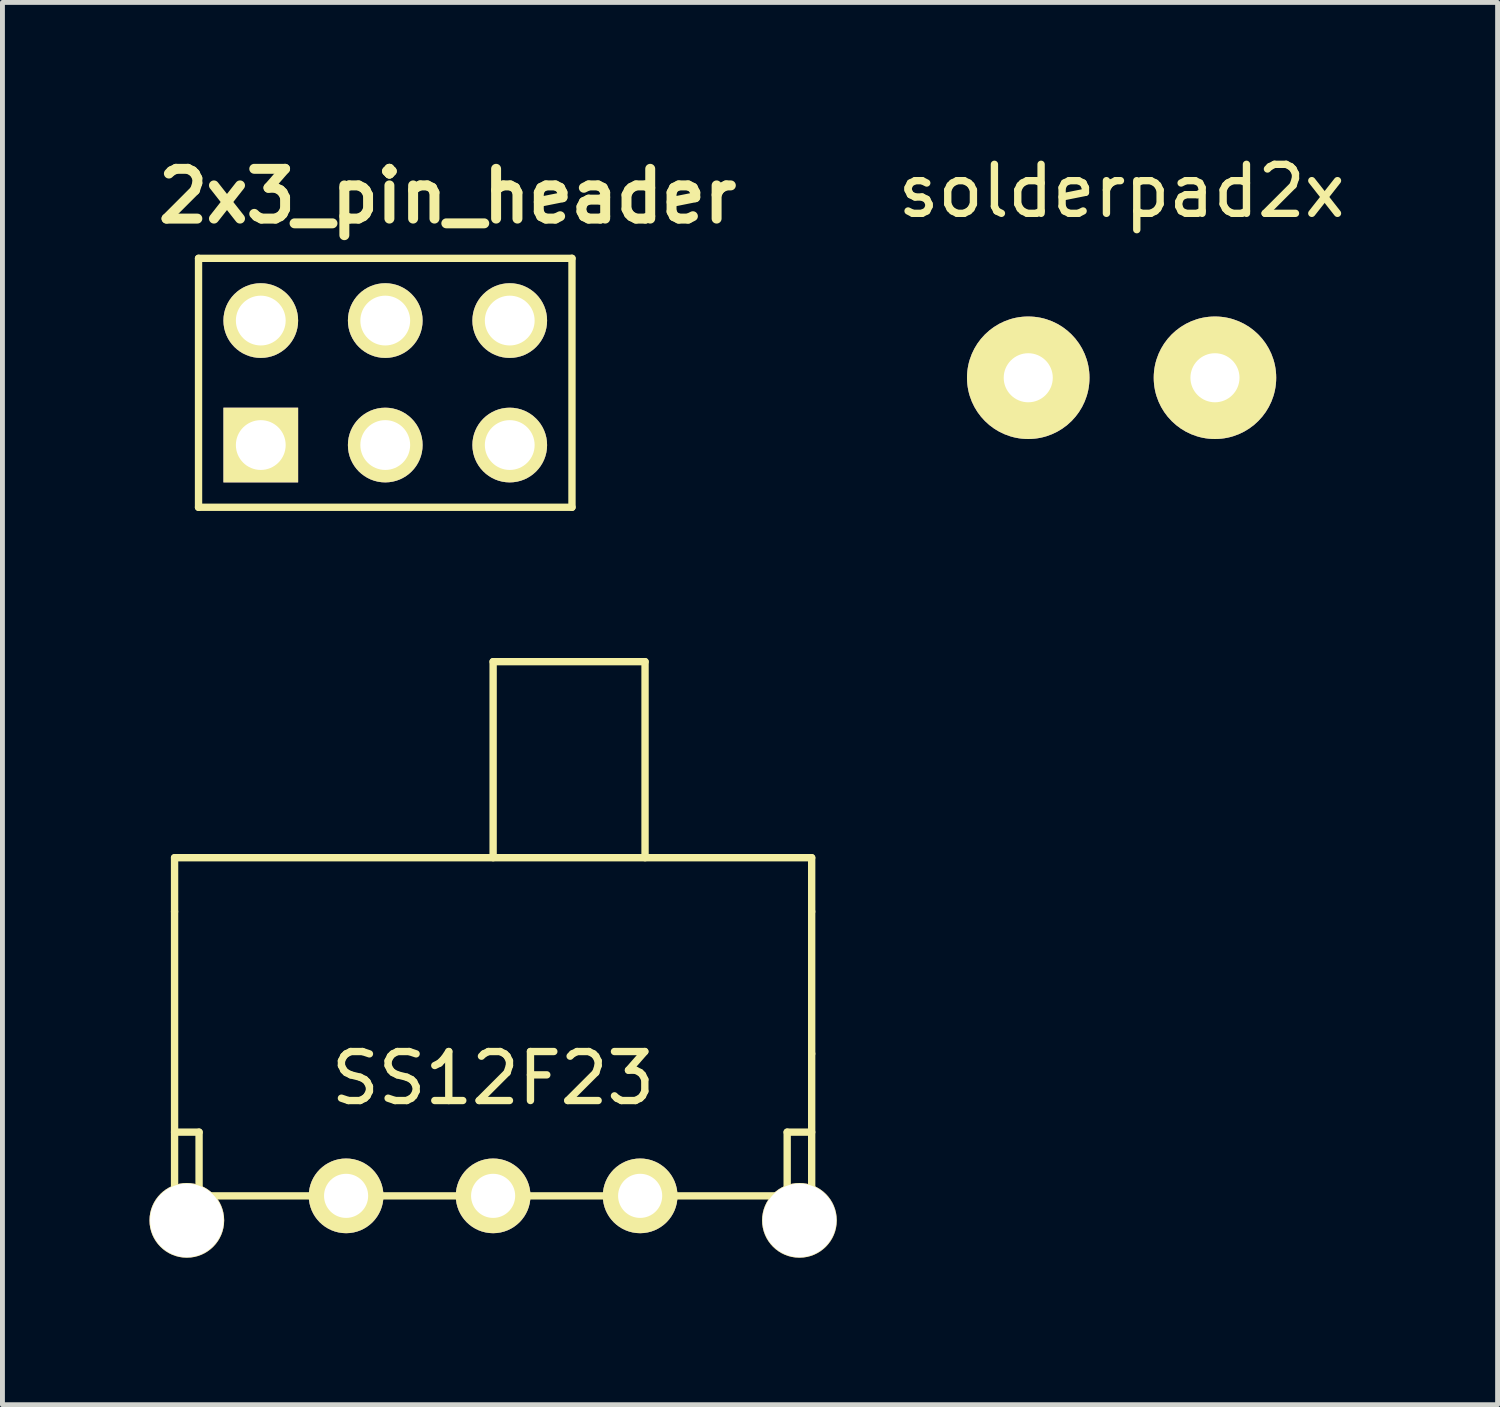
<source format=kicad_pcb>
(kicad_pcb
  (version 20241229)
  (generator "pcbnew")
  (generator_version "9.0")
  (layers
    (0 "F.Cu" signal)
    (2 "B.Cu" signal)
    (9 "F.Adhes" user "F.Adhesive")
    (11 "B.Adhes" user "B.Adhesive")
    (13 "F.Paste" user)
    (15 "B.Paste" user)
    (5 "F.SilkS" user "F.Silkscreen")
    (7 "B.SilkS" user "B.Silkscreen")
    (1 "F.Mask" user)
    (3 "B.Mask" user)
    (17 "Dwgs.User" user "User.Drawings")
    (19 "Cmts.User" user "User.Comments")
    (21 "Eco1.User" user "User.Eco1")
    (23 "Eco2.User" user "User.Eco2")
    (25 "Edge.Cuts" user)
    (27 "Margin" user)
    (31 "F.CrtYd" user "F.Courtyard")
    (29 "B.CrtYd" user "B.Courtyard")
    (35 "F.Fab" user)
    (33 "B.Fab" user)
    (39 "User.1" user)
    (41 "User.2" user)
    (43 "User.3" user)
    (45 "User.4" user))
  (footprint "SS12F23"
    (layer "F.Cu")
    (at 7.012 18.451)
    (property "Reference" "SS12F23" (at 0 0.5 0) (layer "F.SilkS") (effects (font (size 1 1) (thickness 0.15))))
    (attr through_hole)
    (fp_line (start -6.5 -2.9) (end -6.5 -4) (stroke (width 0.15) (type solid)) (layer "F.SilkS"))
    (fp_line (start -6.5 -2.9) (end -6.5 2.9) (stroke (width 0.15) (type solid)) (layer "F.SilkS"))
    (fp_line (start -6.5 1.6) (end -6 1.6) (stroke (width 0.15) (type solid)) (layer "F.SilkS"))
    (fp_line (start -6.5 2.9) (end 6.5 2.9) (stroke (width 0.15) (type solid)) (layer "F.SilkS"))
    (fp_line (start -6 1.6) (end -6 2.9) (stroke (width 0.15) (type solid)) (layer "F.SilkS"))
    (fp_line (start 0 -8) (end 3.1 -8) (stroke (width 0.15) (type solid)) (layer "F.SilkS"))
    (fp_line (start 0 -4) (end 0 -8) (stroke (width 0.15) (type solid)) (layer "F.SilkS"))
    (fp_line (start 3.1 -8) (end 3.1 -4) (stroke (width 0.15) (type solid)) (layer "F.SilkS"))
    (fp_line (start 6 1.6) (end 6 2.9) (stroke (width 0.15) (type solid)) (layer "F.SilkS"))
    (fp_line (start 6.5 -4) (end -6.5 -4) (stroke (width 0.15) (type solid)) (layer "F.SilkS"))
    (fp_line (start 6.5 -2.9) (end 6.5 -4) (stroke (width 0.15) (type solid)) (layer "F.SilkS"))
    (fp_line (start 6.5 0) (end 6.5 -2.9) (stroke (width 0.15) (type solid)) (layer "F.SilkS"))
    (fp_line (start 6.5 1.6) (end 6 1.6) (stroke (width 0.15) (type solid)) (layer "F.SilkS"))
    (fp_line (start 6.5 2.9) (end 6.5 0) (stroke (width 0.15) (type solid)) (layer "F.SilkS"))
    (pad "" thru_hole circle (at -6.25 3.4) (size 1.524 1.524) (drill 1.5) (layers "*.Cu" "*.Mask" "F.SilkS"))
    (pad "1" thru_hole circle (at -3 2.9) (size 1.524 1.524) (drill 0.9) (layers "*.Cu" "*.Mask" "F.SilkS"))
    (pad "2" thru_hole circle (at 0 2.9) (size 1.524 1.524) (drill 0.9) (layers "*.Cu" "*.Mask" "F.SilkS"))
    (pad "3" thru_hole circle (at 3 2.9) (size 1.524 1.524) (drill 0.9) (layers "*.Cu" "*.Mask" "F.SilkS"))
    (pad "h" thru_hole circle (at 6.25 3.4) (size 1.524 1.524) (drill 1.5) (layers "*.Cu" "*.Mask" "F.SilkS")))
  (footprint "2x3_pin_header"
    (layer "F.Cu")
    (at 6.081 4.761)
    (property "Reference" "2x3_pin_header" (at 0 -3.81 0) (layer "F.SilkS") (effects (font (size 1.016 1.016) (thickness 0.203))))
    (attr through_hole)
    (fp_line (start -5.08 -2.54) (end -5.08 2.54) (stroke (width 0.15) (type solid)) (layer "F.SilkS"))
    (fp_line (start -5.08 2.54) (end 2.54 2.54) (stroke (width 0.15) (type solid)) (layer "F.SilkS"))
    (fp_line (start 2.54 -2.54) (end -5.08 -2.54) (stroke (width 0.15) (type solid)) (layer "F.SilkS"))
    (fp_line (start 2.54 2.54) (end 2.54 -2.54) (stroke (width 0.15) (type solid)) (layer "F.SilkS"))
    (pad "1" thru_hole rect (at -3.81 1.27) (size 1.524 1.524) (drill 1.016) (layers "*.Cu" "*.Mask" "F.SilkS"))
    (pad "2" thru_hole circle (at -3.81 -1.27) (size 1.524 1.524) (drill 1.016) (layers "*.Cu" "*.Mask" "F.SilkS"))
    (pad "3" thru_hole circle (at -1.27 1.27) (size 1.524 1.524) (drill 1.016) (layers "*.Cu" "*.Mask" "F.SilkS"))
    (pad "4" thru_hole circle (at -1.27 -1.27) (size 1.524 1.524) (drill 1.016) (layers "*.Cu" "*.Mask" "F.SilkS"))
    (pad "5" thru_hole circle (at 1.27 1.27) (size 1.524 1.524) (drill 1.016) (layers "*.Cu" "*.Mask" "F.SilkS"))
    (pad "6" thru_hole circle (at 1.27 -1.27) (size 1.524 1.524) (drill 1.016) (layers "*.Cu" "*.Mask" "F.SilkS")))
  (footprint "solderpad2x"
    (layer "F.Cu")
    (at 19.836 4.658)
    (property "Reference" "solderpad2x" (at 0 -3.81 0) (layer "F.SilkS") (effects (font (size 1 1) (thickness 0.15))))
    (attr through_hole)
    (pad "1" thru_hole circle (at -1.905 0) (size 2.499 2.499) (drill 1.001) (layers "*.Cu" "*.Mask" "F.SilkS"))
    (pad "2" thru_hole circle (at 1.905 0) (size 2.499 2.499) (drill 1.001) (layers "*.Cu" "*.Mask" "F.SilkS")))
  (gr_rect
    (start -3 -3)
    (end 27.508 25.613)
    (stroke (width 0.1) (type default))
    (fill no)
    (layer "Edge.Cuts")))
</source>
